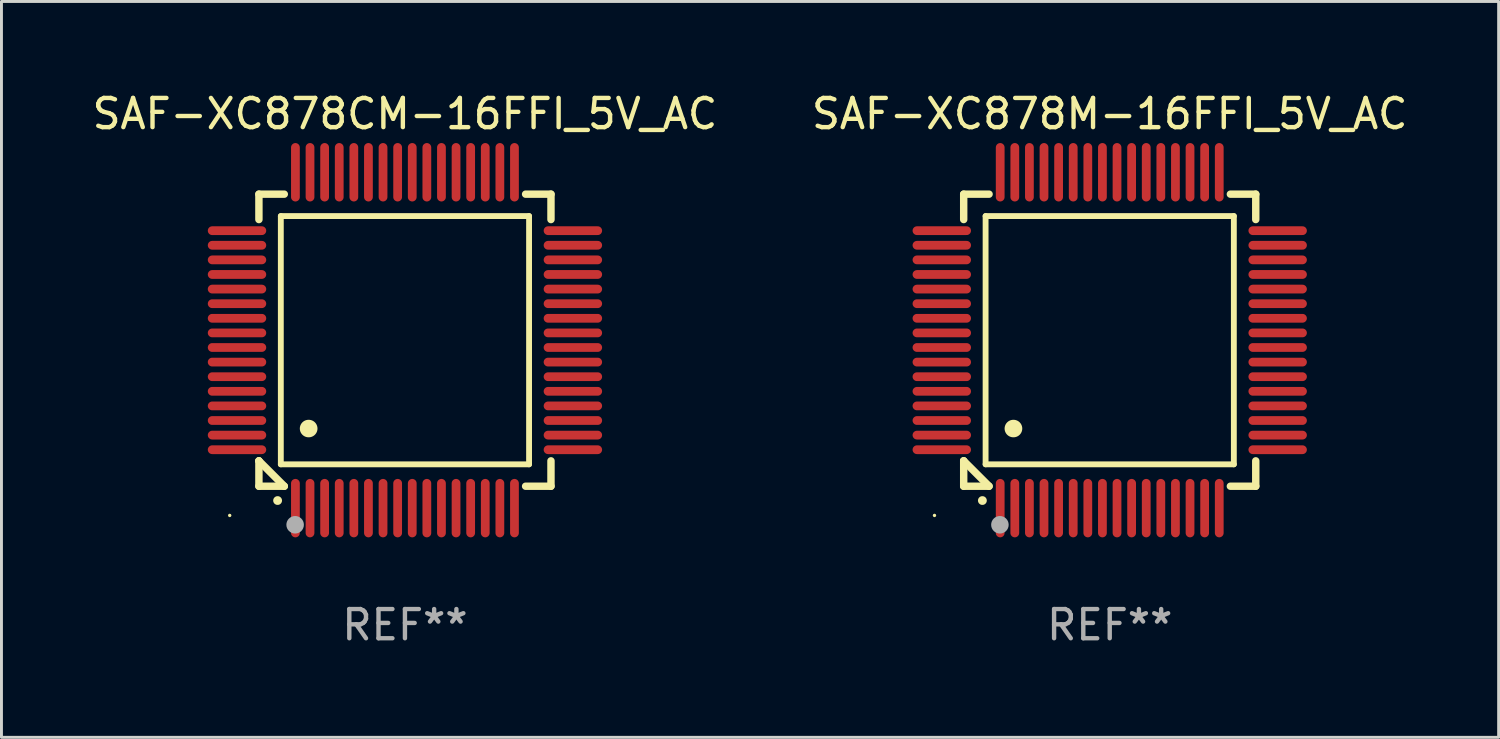
<source format=kicad_pcb>
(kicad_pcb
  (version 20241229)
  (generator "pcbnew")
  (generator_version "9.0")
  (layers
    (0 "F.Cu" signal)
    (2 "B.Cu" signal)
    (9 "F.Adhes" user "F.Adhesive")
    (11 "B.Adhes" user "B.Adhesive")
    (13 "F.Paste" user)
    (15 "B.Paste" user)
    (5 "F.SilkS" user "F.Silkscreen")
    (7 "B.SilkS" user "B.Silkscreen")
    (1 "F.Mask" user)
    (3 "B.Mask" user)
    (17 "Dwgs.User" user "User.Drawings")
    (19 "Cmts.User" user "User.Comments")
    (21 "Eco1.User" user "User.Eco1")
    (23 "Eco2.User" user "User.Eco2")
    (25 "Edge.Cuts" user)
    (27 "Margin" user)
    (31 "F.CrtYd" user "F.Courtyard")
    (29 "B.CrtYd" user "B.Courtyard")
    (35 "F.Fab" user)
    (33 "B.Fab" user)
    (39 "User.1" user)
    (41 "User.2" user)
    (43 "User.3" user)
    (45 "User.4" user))
  (footprint "SAF-XC878M-16FFI_5V_AC"
    (layer "F.Cu")
    (at 34.946 8.598)
    (property "Reference" "SAF-XC878M-16FFI_5V_AC" (at 0 -7.75 0) (layer "F.SilkS") (effects (font (size 1 1) (thickness 0.15))))
    (attr through_hole)
    (fp_line (start -5 -5) (end -4.131 -5) (stroke (width 0.254) (type solid)) (layer "F.SilkS"))
    (fp_line (start -5 -4.131) (end -5 -5) (stroke (width 0.254) (type solid)) (layer "F.SilkS"))
    (fp_line (start -5 4.131) (end -5 4.131) (stroke (width 0.254) (type solid)) (layer "F.SilkS"))
    (fp_line (start -5 5) (end -5 4.131) (stroke (width 0.254) (type solid)) (layer "F.SilkS"))
    (fp_line (start -5 4.131) (end -4.131 5) (stroke (width 0.254) (type solid)) (layer "F.SilkS"))
    (fp_line (start -4.25 -4.25) (end -4.25 4.25) (stroke (width 0.2) (type solid)) (layer "F.SilkS"))
    (fp_line (start -4.25 4.25) (end 4.25 4.25) (stroke (width 0.2) (type solid)) (layer "F.SilkS"))
    (fp_line (start -4.131 5) (end -5 5) (stroke (width 0.254) (type solid)) (layer "F.SilkS"))
    (fp_line (start 4.25 -4.25) (end -4.25 -4.25) (stroke (width 0.2) (type solid)) (layer "F.SilkS"))
    (fp_line (start 4.25 4.25) (end 4.25 -4.25) (stroke (width 0.2) (type solid)) (layer "F.SilkS"))
    (fp_line (start 5 -5) (end 4.131 -5) (stroke (width 0.254) (type solid)) (layer "F.SilkS"))
    (fp_line (start 5 -5) (end 5 -4.131) (stroke (width 0.254) (type solid)) (layer "F.SilkS"))
    (fp_line (start 5 4.131) (end 5 5) (stroke (width 0.254) (type solid)) (layer "F.SilkS"))
    (fp_line (start 5 5) (end 4.131 5) (stroke (width 0.254) (type solid)) (layer "F.SilkS"))
    (fp_arc (start -4.361265 5.489992) (mid -4.359995 5.489987) (end -4.358725 5.489992) (stroke (width 0.3) (type solid)) (layer "F.SilkS"))
    (fp_arc (start -3.299467 3.025146) (mid -3.296927 3.025135) (end -3.294387 3.025146) (stroke (width 0.6) (type solid)) (layer "F.SilkS"))
    (fp_circle (center -6 6) (end -5.97 6) (stroke (width 0.06) (type solid)) (fill no) (layer "F.SilkS"))
    (fp_circle (center -3.76 6.32) (end -3.61 6.32) (stroke (width 0.3) (type solid)) (fill no) (layer "F.Fab"))
    (fp_text user "REF**" (at 0 9.75 0) (layer "F.Fab") (effects (font (size 1 1) (thickness 0.15))))
    (pad "1" smd oval (at -3.75 5.75) (size 0.3 2) (layers "F.Cu" "F.Mask" "F.Paste"))
    (pad "2" smd oval (at -3.25 5.75) (size 0.3 2) (layers "F.Cu" "F.Mask" "F.Paste"))
    (pad "3" smd oval (at -2.75 5.75) (size 0.3 2) (layers "F.Cu" "F.Mask" "F.Paste"))
    (pad "4" smd oval (at -2.25 5.75) (size 0.3 2) (layers "F.Cu" "F.Mask" "F.Paste"))
    (pad "5" smd oval (at -1.75 5.75) (size 0.3 2) (layers "F.Cu" "F.Mask" "F.Paste"))
    (pad "6" smd oval (at -1.25 5.75) (size 0.3 2) (layers "F.Cu" "F.Mask" "F.Paste"))
    (pad "7" smd oval (at -0.75 5.75) (size 0.3 2) (layers "F.Cu" "F.Mask" "F.Paste"))
    (pad "8" smd oval (at -0.25 5.75) (size 0.3 2) (layers "F.Cu" "F.Mask" "F.Paste"))
    (pad "9" smd oval (at 0.25 5.75) (size 0.3 2) (layers "F.Cu" "F.Mask" "F.Paste"))
    (pad "10" smd oval (at 0.75 5.75) (size 0.3 2) (layers "F.Cu" "F.Mask" "F.Paste"))
    (pad "11" smd oval (at 1.25 5.75) (size 0.3 2) (layers "F.Cu" "F.Mask" "F.Paste"))
    (pad "12" smd oval (at 1.75 5.75) (size 0.3 2) (layers "F.Cu" "F.Mask" "F.Paste"))
    (pad "13" smd oval (at 2.25 5.75) (size 0.3 2) (layers "F.Cu" "F.Mask" "F.Paste"))
    (pad "14" smd oval (at 2.75 5.75) (size 0.3 2) (layers "F.Cu" "F.Mask" "F.Paste"))
    (pad "15" smd oval (at 3.25 5.75) (size 0.3 2) (layers "F.Cu" "F.Mask" "F.Paste"))
    (pad "16" smd oval (at 3.75 5.75) (size 0.3 2) (layers "F.Cu" "F.Mask" "F.Paste"))
    (pad "17" smd oval (at 5.75 3.75) (size 2 0.3) (layers "F.Cu" "F.Mask" "F.Paste"))
    (pad "18" smd oval (at 5.75 3.25) (size 2 0.3) (layers "F.Cu" "F.Mask" "F.Paste"))
    (pad "19" smd oval (at 5.75 2.75) (size 2 0.3) (layers "F.Cu" "F.Mask" "F.Paste"))
    (pad "20" smd oval (at 5.75 2.25) (size 2 0.3) (layers "F.Cu" "F.Mask" "F.Paste"))
    (pad "21" smd oval (at 5.75 1.75) (size 2 0.3) (layers "F.Cu" "F.Mask" "F.Paste"))
    (pad "22" smd oval (at 5.75 1.25) (size 2 0.3) (layers "F.Cu" "F.Mask" "F.Paste"))
    (pad "23" smd oval (at 5.75 0.75) (size 2 0.3) (layers "F.Cu" "F.Mask" "F.Paste"))
    (pad "24" smd oval (at 5.75 0.25) (size 2 0.3) (layers "F.Cu" "F.Mask" "F.Paste"))
    (pad "25" smd oval (at 5.75 -0.25) (size 2 0.3) (layers "F.Cu" "F.Mask" "F.Paste"))
    (pad "26" smd oval (at 5.75 -0.75) (size 2 0.3) (layers "F.Cu" "F.Mask" "F.Paste"))
    (pad "27" smd oval (at 5.75 -1.25) (size 2 0.3) (layers "F.Cu" "F.Mask" "F.Paste"))
    (pad "28" smd oval (at 5.75 -1.75) (size 2 0.3) (layers "F.Cu" "F.Mask" "F.Paste"))
    (pad "29" smd oval (at 5.75 -2.25) (size 2 0.3) (layers "F.Cu" "F.Mask" "F.Paste"))
    (pad "30" smd oval (at 5.75 -2.75) (size 2 0.3) (layers "F.Cu" "F.Mask" "F.Paste"))
    (pad "31" smd oval (at 5.75 -3.25) (size 2 0.3) (layers "F.Cu" "F.Mask" "F.Paste"))
    (pad "32" smd oval (at 5.75 -3.75) (size 2 0.3) (layers "F.Cu" "F.Mask" "F.Paste"))
    (pad "33" smd oval (at 3.75 -5.75) (size 0.3 2) (layers "F.Cu" "F.Mask" "F.Paste"))
    (pad "34" smd oval (at 3.25 -5.75) (size 0.3 2) (layers "F.Cu" "F.Mask" "F.Paste"))
    (pad "35" smd oval (at 2.75 -5.75) (size 0.3 2) (layers "F.Cu" "F.Mask" "F.Paste"))
    (pad "36" smd oval (at 2.25 -5.75) (size 0.3 2) (layers "F.Cu" "F.Mask" "F.Paste"))
    (pad "37" smd oval (at 1.75 -5.75) (size 0.3 2) (layers "F.Cu" "F.Mask" "F.Paste"))
    (pad "38" smd oval (at 1.25 -5.75) (size 0.3 2) (layers "F.Cu" "F.Mask" "F.Paste"))
    (pad "39" smd oval (at 0.75 -5.75) (size 0.3 2) (layers "F.Cu" "F.Mask" "F.Paste"))
    (pad "40" smd oval (at 0.25 -5.75) (size 0.3 2) (layers "F.Cu" "F.Mask" "F.Paste"))
    (pad "41" smd oval (at -0.25 -5.75) (size 0.3 2) (layers "F.Cu" "F.Mask" "F.Paste"))
    (pad "42" smd oval (at -0.75 -5.75) (size 0.3 2) (layers "F.Cu" "F.Mask" "F.Paste"))
    (pad "43" smd oval (at -1.25 -5.75) (size 0.3 2) (layers "F.Cu" "F.Mask" "F.Paste"))
    (pad "44" smd oval (at -1.75 -5.75) (size 0.3 2) (layers "F.Cu" "F.Mask" "F.Paste"))
    (pad "45" smd oval (at -2.25 -5.75) (size 0.3 2) (layers "F.Cu" "F.Mask" "F.Paste"))
    (pad "46" smd oval (at -2.75 -5.75) (size 0.3 2) (layers "F.Cu" "F.Mask" "F.Paste"))
    (pad "47" smd oval (at -3.25 -5.75) (size 0.3 2) (layers "F.Cu" "F.Mask" "F.Paste"))
    (pad "48" smd oval (at -3.75 -5.75) (size 0.3 2) (layers "F.Cu" "F.Mask" "F.Paste"))
    (pad "49" smd oval (at -5.75 -3.75) (size 2 0.3) (layers "F.Cu" "F.Mask" "F.Paste"))
    (pad "50" smd oval (at -5.75 -3.25) (size 2 0.3) (layers "F.Cu" "F.Mask" "F.Paste"))
    (pad "51" smd oval (at -5.75 -2.75) (size 2 0.3) (layers "F.Cu" "F.Mask" "F.Paste"))
    (pad "52" smd oval (at -5.75 -2.25) (size 2 0.3) (layers "F.Cu" "F.Mask" "F.Paste"))
    (pad "53" smd oval (at -5.75 -1.75) (size 2 0.3) (layers "F.Cu" "F.Mask" "F.Paste"))
    (pad "54" smd oval (at -5.75 -1.25) (size 2 0.3) (layers "F.Cu" "F.Mask" "F.Paste"))
    (pad "55" smd oval (at -5.75 -0.75) (size 2 0.3) (layers "F.Cu" "F.Mask" "F.Paste"))
    (pad "56" smd oval (at -5.75 -0.25) (size 2 0.3) (layers "F.Cu" "F.Mask" "F.Paste"))
    (pad "57" smd oval (at -5.75 0.25) (size 2 0.3) (layers "F.Cu" "F.Mask" "F.Paste"))
    (pad "58" smd oval (at -5.75 0.75) (size 2 0.3) (layers "F.Cu" "F.Mask" "F.Paste"))
    (pad "59" smd oval (at -5.75 1.25) (size 2 0.3) (layers "F.Cu" "F.Mask" "F.Paste"))
    (pad "60" smd oval (at -5.75 1.75) (size 2 0.3) (layers "F.Cu" "F.Mask" "F.Paste"))
    (pad "61" smd oval (at -5.75 2.25) (size 2 0.3) (layers "F.Cu" "F.Mask" "F.Paste"))
    (pad "62" smd oval (at -5.75 2.75) (size 2 0.3) (layers "F.Cu" "F.Mask" "F.Paste"))
    (pad "63" smd oval (at -5.75 3.25) (size 2 0.3) (layers "F.Cu" "F.Mask" "F.Paste"))
    (pad "64" smd oval (at -5.75 3.75) (size 2 0.3) (layers "F.Cu" "F.Mask" "F.Paste")))
  (footprint "SAF-XC878CM-16FFI_5V_AC"
    (layer "F.Cu")
    (at 10.815 8.598)
    (property "Reference" "SAF-XC878CM-16FFI_5V_AC" (at 0 -7.75 0) (layer "F.SilkS") (effects (font (size 1 1) (thickness 0.15))))
    (attr through_hole)
    (fp_line (start -5 -5) (end -4.131 -5) (stroke (width 0.254) (type solid)) (layer "F.SilkS"))
    (fp_line (start -5 -4.131) (end -5 -5) (stroke (width 0.254) (type solid)) (layer "F.SilkS"))
    (fp_line (start -5 4.131) (end -5 4.131) (stroke (width 0.254) (type solid)) (layer "F.SilkS"))
    (fp_line (start -5 5) (end -5 4.131) (stroke (width 0.254) (type solid)) (layer "F.SilkS"))
    (fp_line (start -5 4.131) (end -4.131 5) (stroke (width 0.254) (type solid)) (layer "F.SilkS"))
    (fp_line (start -4.25 -4.25) (end -4.25 4.25) (stroke (width 0.2) (type solid)) (layer "F.SilkS"))
    (fp_line (start -4.25 4.25) (end 4.25 4.25) (stroke (width 0.2) (type solid)) (layer "F.SilkS"))
    (fp_line (start -4.131 5) (end -5 5) (stroke (width 0.254) (type solid)) (layer "F.SilkS"))
    (fp_line (start 4.25 -4.25) (end -4.25 -4.25) (stroke (width 0.2) (type solid)) (layer "F.SilkS"))
    (fp_line (start 4.25 4.25) (end 4.25 -4.25) (stroke (width 0.2) (type solid)) (layer "F.SilkS"))
    (fp_line (start 5 -5) (end 4.131 -5) (stroke (width 0.254) (type solid)) (layer "F.SilkS"))
    (fp_line (start 5 -5) (end 5 -4.131) (stroke (width 0.254) (type solid)) (layer "F.SilkS"))
    (fp_line (start 5 4.131) (end 5 5) (stroke (width 0.254) (type solid)) (layer "F.SilkS"))
    (fp_line (start 5 5) (end 4.131 5) (stroke (width 0.254) (type solid)) (layer "F.SilkS"))
    (fp_arc (start -4.361265 5.489992) (mid -4.359995 5.489987) (end -4.358725 5.489992) (stroke (width 0.3) (type solid)) (layer "F.SilkS"))
    (fp_arc (start -3.299467 3.025146) (mid -3.296927 3.025135) (end -3.294387 3.025146) (stroke (width 0.6) (type solid)) (layer "F.SilkS"))
    (fp_circle (center -6 6) (end -5.97 6) (stroke (width 0.06) (type solid)) (fill no) (layer "F.SilkS"))
    (fp_circle (center -3.76 6.32) (end -3.61 6.32) (stroke (width 0.3) (type solid)) (fill no) (layer "F.Fab"))
    (fp_text user "REF**" (at 0 9.75 0) (layer "F.Fab") (effects (font (size 1 1) (thickness 0.15))))
    (pad "1" smd oval (at -3.75 5.75) (size 0.3 2) (layers "F.Cu" "F.Mask" "F.Paste"))
    (pad "2" smd oval (at -3.25 5.75) (size 0.3 2) (layers "F.Cu" "F.Mask" "F.Paste"))
    (pad "3" smd oval (at -2.75 5.75) (size 0.3 2) (layers "F.Cu" "F.Mask" "F.Paste"))
    (pad "4" smd oval (at -2.25 5.75) (size 0.3 2) (layers "F.Cu" "F.Mask" "F.Paste"))
    (pad "5" smd oval (at -1.75 5.75) (size 0.3 2) (layers "F.Cu" "F.Mask" "F.Paste"))
    (pad "6" smd oval (at -1.25 5.75) (size 0.3 2) (layers "F.Cu" "F.Mask" "F.Paste"))
    (pad "7" smd oval (at -0.75 5.75) (size 0.3 2) (layers "F.Cu" "F.Mask" "F.Paste"))
    (pad "8" smd oval (at -0.25 5.75) (size 0.3 2) (layers "F.Cu" "F.Mask" "F.Paste"))
    (pad "9" smd oval (at 0.25 5.75) (size 0.3 2) (layers "F.Cu" "F.Mask" "F.Paste"))
    (pad "10" smd oval (at 0.75 5.75) (size 0.3 2) (layers "F.Cu" "F.Mask" "F.Paste"))
    (pad "11" smd oval (at 1.25 5.75) (size 0.3 2) (layers "F.Cu" "F.Mask" "F.Paste"))
    (pad "12" smd oval (at 1.75 5.75) (size 0.3 2) (layers "F.Cu" "F.Mask" "F.Paste"))
    (pad "13" smd oval (at 2.25 5.75) (size 0.3 2) (layers "F.Cu" "F.Mask" "F.Paste"))
    (pad "14" smd oval (at 2.75 5.75) (size 0.3 2) (layers "F.Cu" "F.Mask" "F.Paste"))
    (pad "15" smd oval (at 3.25 5.75) (size 0.3 2) (layers "F.Cu" "F.Mask" "F.Paste"))
    (pad "16" smd oval (at 3.75 5.75) (size 0.3 2) (layers "F.Cu" "F.Mask" "F.Paste"))
    (pad "17" smd oval (at 5.75 3.75) (size 2 0.3) (layers "F.Cu" "F.Mask" "F.Paste"))
    (pad "18" smd oval (at 5.75 3.25) (size 2 0.3) (layers "F.Cu" "F.Mask" "F.Paste"))
    (pad "19" smd oval (at 5.75 2.75) (size 2 0.3) (layers "F.Cu" "F.Mask" "F.Paste"))
    (pad "20" smd oval (at 5.75 2.25) (size 2 0.3) (layers "F.Cu" "F.Mask" "F.Paste"))
    (pad "21" smd oval (at 5.75 1.75) (size 2 0.3) (layers "F.Cu" "F.Mask" "F.Paste"))
    (pad "22" smd oval (at 5.75 1.25) (size 2 0.3) (layers "F.Cu" "F.Mask" "F.Paste"))
    (pad "23" smd oval (at 5.75 0.75) (size 2 0.3) (layers "F.Cu" "F.Mask" "F.Paste"))
    (pad "24" smd oval (at 5.75 0.25) (size 2 0.3) (layers "F.Cu" "F.Mask" "F.Paste"))
    (pad "25" smd oval (at 5.75 -0.25) (size 2 0.3) (layers "F.Cu" "F.Mask" "F.Paste"))
    (pad "26" smd oval (at 5.75 -0.75) (size 2 0.3) (layers "F.Cu" "F.Mask" "F.Paste"))
    (pad "27" smd oval (at 5.75 -1.25) (size 2 0.3) (layers "F.Cu" "F.Mask" "F.Paste"))
    (pad "28" smd oval (at 5.75 -1.75) (size 2 0.3) (layers "F.Cu" "F.Mask" "F.Paste"))
    (pad "29" smd oval (at 5.75 -2.25) (size 2 0.3) (layers "F.Cu" "F.Mask" "F.Paste"))
    (pad "30" smd oval (at 5.75 -2.75) (size 2 0.3) (layers "F.Cu" "F.Mask" "F.Paste"))
    (pad "31" smd oval (at 5.75 -3.25) (size 2 0.3) (layers "F.Cu" "F.Mask" "F.Paste"))
    (pad "32" smd oval (at 5.75 -3.75) (size 2 0.3) (layers "F.Cu" "F.Mask" "F.Paste"))
    (pad "33" smd oval (at 3.75 -5.75) (size 0.3 2) (layers "F.Cu" "F.Mask" "F.Paste"))
    (pad "34" smd oval (at 3.25 -5.75) (size 0.3 2) (layers "F.Cu" "F.Mask" "F.Paste"))
    (pad "35" smd oval (at 2.75 -5.75) (size 0.3 2) (layers "F.Cu" "F.Mask" "F.Paste"))
    (pad "36" smd oval (at 2.25 -5.75) (size 0.3 2) (layers "F.Cu" "F.Mask" "F.Paste"))
    (pad "37" smd oval (at 1.75 -5.75) (size 0.3 2) (layers "F.Cu" "F.Mask" "F.Paste"))
    (pad "38" smd oval (at 1.25 -5.75) (size 0.3 2) (layers "F.Cu" "F.Mask" "F.Paste"))
    (pad "39" smd oval (at 0.75 -5.75) (size 0.3 2) (layers "F.Cu" "F.Mask" "F.Paste"))
    (pad "40" smd oval (at 0.25 -5.75) (size 0.3 2) (layers "F.Cu" "F.Mask" "F.Paste"))
    (pad "41" smd oval (at -0.25 -5.75) (size 0.3 2) (layers "F.Cu" "F.Mask" "F.Paste"))
    (pad "42" smd oval (at -0.75 -5.75) (size 0.3 2) (layers "F.Cu" "F.Mask" "F.Paste"))
    (pad "43" smd oval (at -1.25 -5.75) (size 0.3 2) (layers "F.Cu" "F.Mask" "F.Paste"))
    (pad "44" smd oval (at -1.75 -5.75) (size 0.3 2) (layers "F.Cu" "F.Mask" "F.Paste"))
    (pad "45" smd oval (at -2.25 -5.75) (size 0.3 2) (layers "F.Cu" "F.Mask" "F.Paste"))
    (pad "46" smd oval (at -2.75 -5.75) (size 0.3 2) (layers "F.Cu" "F.Mask" "F.Paste"))
    (pad "47" smd oval (at -3.25 -5.75) (size 0.3 2) (layers "F.Cu" "F.Mask" "F.Paste"))
    (pad "48" smd oval (at -3.75 -5.75) (size 0.3 2) (layers "F.Cu" "F.Mask" "F.Paste"))
    (pad "49" smd oval (at -5.75 -3.75) (size 2 0.3) (layers "F.Cu" "F.Mask" "F.Paste"))
    (pad "50" smd oval (at -5.75 -3.25) (size 2 0.3) (layers "F.Cu" "F.Mask" "F.Paste"))
    (pad "51" smd oval (at -5.75 -2.75) (size 2 0.3) (layers "F.Cu" "F.Mask" "F.Paste"))
    (pad "52" smd oval (at -5.75 -2.25) (size 2 0.3) (layers "F.Cu" "F.Mask" "F.Paste"))
    (pad "53" smd oval (at -5.75 -1.75) (size 2 0.3) (layers "F.Cu" "F.Mask" "F.Paste"))
    (pad "54" smd oval (at -5.75 -1.25) (size 2 0.3) (layers "F.Cu" "F.Mask" "F.Paste"))
    (pad "55" smd oval (at -5.75 -0.75) (size 2 0.3) (layers "F.Cu" "F.Mask" "F.Paste"))
    (pad "56" smd oval (at -5.75 -0.25) (size 2 0.3) (layers "F.Cu" "F.Mask" "F.Paste"))
    (pad "57" smd oval (at -5.75 0.25) (size 2 0.3) (layers "F.Cu" "F.Mask" "F.Paste"))
    (pad "58" smd oval (at -5.75 0.75) (size 2 0.3) (layers "F.Cu" "F.Mask" "F.Paste"))
    (pad "59" smd oval (at -5.75 1.25) (size 2 0.3) (layers "F.Cu" "F.Mask" "F.Paste"))
    (pad "60" smd oval (at -5.75 1.75) (size 2 0.3) (layers "F.Cu" "F.Mask" "F.Paste"))
    (pad "61" smd oval (at -5.75 2.25) (size 2 0.3) (layers "F.Cu" "F.Mask" "F.Paste"))
    (pad "62" smd oval (at -5.75 2.75) (size 2 0.3) (layers "F.Cu" "F.Mask" "F.Paste"))
    (pad "63" smd oval (at -5.75 3.25) (size 2 0.3) (layers "F.Cu" "F.Mask" "F.Paste"))
    (pad "64" smd oval (at -5.75 3.75) (size 2 0.3) (layers "F.Cu" "F.Mask" "F.Paste")))
  (gr_rect
    (start -3 -3)
    (end 48.262 22.196)
    (stroke (width 0.1) (type default))
    (fill no)
    (layer "Edge.Cuts")))
</source>
